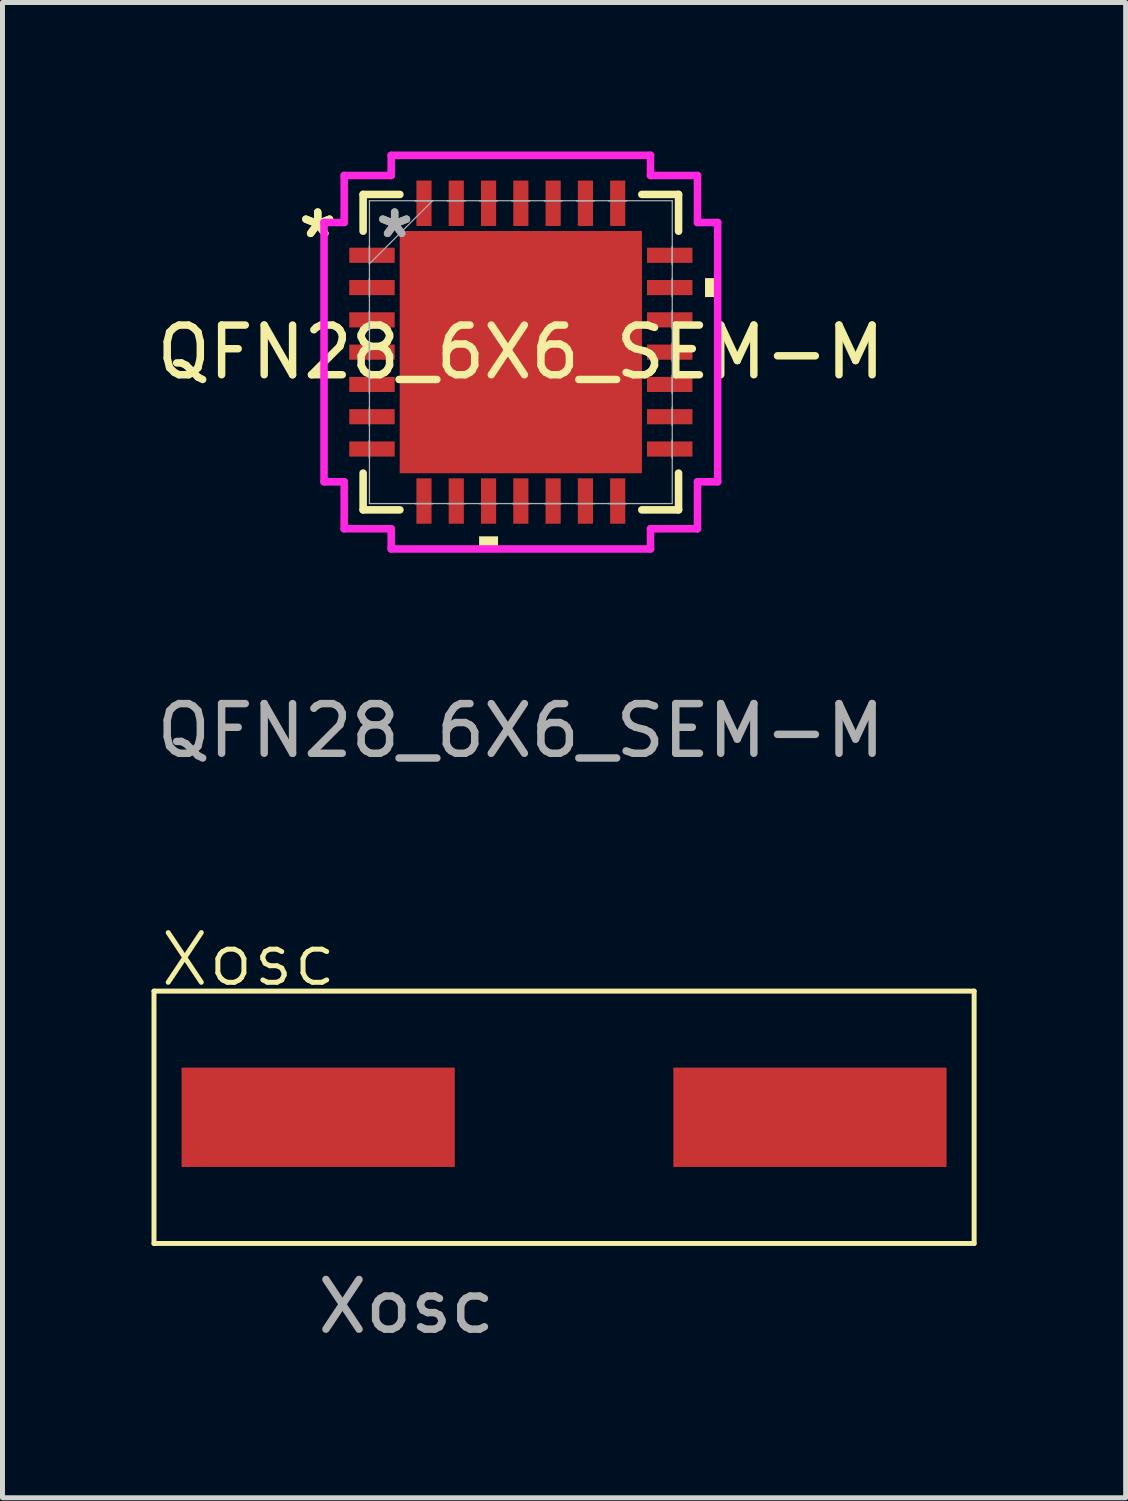
<source format=kicad_pcb>
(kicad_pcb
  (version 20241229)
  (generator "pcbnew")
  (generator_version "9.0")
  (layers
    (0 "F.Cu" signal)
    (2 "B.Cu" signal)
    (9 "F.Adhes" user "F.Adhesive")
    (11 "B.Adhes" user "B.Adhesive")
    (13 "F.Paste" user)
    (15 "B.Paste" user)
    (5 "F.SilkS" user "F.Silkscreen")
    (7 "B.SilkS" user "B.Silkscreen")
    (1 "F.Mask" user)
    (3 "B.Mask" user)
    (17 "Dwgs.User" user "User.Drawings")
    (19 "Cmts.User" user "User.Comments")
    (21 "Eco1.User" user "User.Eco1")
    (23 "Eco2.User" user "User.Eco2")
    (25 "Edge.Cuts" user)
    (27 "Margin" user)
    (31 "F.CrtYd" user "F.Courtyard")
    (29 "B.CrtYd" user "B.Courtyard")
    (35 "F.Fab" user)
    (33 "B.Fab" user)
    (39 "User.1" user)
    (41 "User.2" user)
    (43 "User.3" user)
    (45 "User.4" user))
  (footprint "QFN28_6X6_SEM-M"
    (layer "F.Cu")
    (at 7.435 4.039)
    (property "Reference" "QFN28_6X6_SEM-M" (at 0 0 0) (unlocked yes) (layer "F.SilkS") (effects (font (size 1 1) (thickness 0.15))))
    (attr smd)
    (fp_line (start -3.175 -3.175) (end -3.175 -2.435) (stroke (width 0.152) (type solid)) (layer "F.SilkS"))
    (fp_line (start -3.175 2.435) (end -3.175 3.175) (stroke (width 0.152) (type solid)) (layer "F.SilkS"))
    (fp_line (start -3.175 3.175) (end -2.435 3.175) (stroke (width 0.152) (type solid)) (layer "F.SilkS"))
    (fp_line (start -2.435 -3.175) (end -3.175 -3.175) (stroke (width 0.152) (type solid)) (layer "F.SilkS"))
    (fp_line (start 2.435 3.175) (end 3.175 3.175) (stroke (width 0.152) (type solid)) (layer "F.SilkS"))
    (fp_line (start 3.175 -3.175) (end 2.435 -3.175) (stroke (width 0.152) (type solid)) (layer "F.SilkS"))
    (fp_line (start 3.175 -2.435) (end 3.175 -3.175) (stroke (width 0.152) (type solid)) (layer "F.SilkS"))
    (fp_line (start 3.175 3.175) (end 3.175 2.435) (stroke (width 0.152) (type solid)) (layer "F.SilkS"))
    (fp_poly (pts (xy -0.84 3.708) (xy -0.84 3.962) (xy -0.459 3.962) (xy -0.459 3.708)) (stroke (width 0) (type solid)) (fill yes) (layer "F.SilkS"))
    (fp_poly (pts (xy 3.962 -1.49) (xy 3.962 -1.109) (xy 3.708 -1.109) (xy 3.708 -1.49)) (stroke (width 0) (type solid)) (fill yes) (layer "F.SilkS"))
    (fp_poly (pts (xy -2.338 -2.338) (xy -2.338 -0.913) (xy -0.913 -0.913) (xy -0.913 -2.338)) (stroke (width 0) (type solid)) (fill yes) (layer "F.Paste"))
    (fp_poly (pts (xy -2.338 -0.713) (xy -2.338 0.713) (xy -0.913 0.713) (xy -0.913 -0.713)) (stroke (width 0) (type solid)) (fill yes) (layer "F.Paste"))
    (fp_poly (pts (xy -2.338 0.913) (xy -2.338 2.338) (xy -0.913 2.338) (xy -0.913 0.913)) (stroke (width 0) (type solid)) (fill yes) (layer "F.Paste"))
    (fp_poly (pts (xy -0.713 -2.338) (xy -0.713 -0.913) (xy 0.713 -0.913) (xy 0.713 -2.338)) (stroke (width 0) (type solid)) (fill yes) (layer "F.Paste"))
    (fp_poly (pts (xy -0.713 -0.713) (xy -0.713 0.713) (xy 0.713 0.713) (xy 0.713 -0.713)) (stroke (width 0) (type solid)) (fill yes) (layer "F.Paste"))
    (fp_poly (pts (xy -0.713 0.913) (xy -0.713 2.338) (xy 0.713 2.338) (xy 0.713 0.913)) (stroke (width 0) (type solid)) (fill yes) (layer "F.Paste"))
    (fp_poly (pts (xy 0.913 -2.338) (xy 0.913 -0.913) (xy 2.338 -0.913) (xy 2.338 -2.338)) (stroke (width 0) (type solid)) (fill yes) (layer "F.Paste"))
    (fp_poly (pts (xy 0.913 -0.713) (xy 0.913 0.713) (xy 2.338 0.713) (xy 2.338 -0.713)) (stroke (width 0) (type solid)) (fill yes) (layer "F.Paste"))
    (fp_poly (pts (xy 0.913 0.913) (xy 0.913 2.338) (xy 2.338 2.338) (xy 2.338 0.913)) (stroke (width 0) (type solid)) (fill yes) (layer "F.Paste"))
    (fp_line (start -3.962 -2.61) (end -3.556 -2.61) (stroke (width 0.152) (type solid)) (layer "F.CrtYd"))
    (fp_line (start -3.962 2.61) (end -3.962 -2.61) (stroke (width 0.152) (type solid)) (layer "F.CrtYd"))
    (fp_line (start -3.556 -3.556) (end -2.61 -3.556) (stroke (width 0.152) (type solid)) (layer "F.CrtYd"))
    (fp_line (start -3.556 -2.61) (end -3.556 -3.556) (stroke (width 0.152) (type solid)) (layer "F.CrtYd"))
    (fp_line (start -3.556 2.61) (end -3.962 2.61) (stroke (width 0.152) (type solid)) (layer "F.CrtYd"))
    (fp_line (start -3.556 3.556) (end -3.556 2.61) (stroke (width 0.152) (type solid)) (layer "F.CrtYd"))
    (fp_line (start -2.61 -3.962) (end 2.61 -3.962) (stroke (width 0.152) (type solid)) (layer "F.CrtYd"))
    (fp_line (start -2.61 -3.556) (end -2.61 -3.962) (stroke (width 0.152) (type solid)) (layer "F.CrtYd"))
    (fp_line (start -2.61 3.556) (end -3.556 3.556) (stroke (width 0.152) (type solid)) (layer "F.CrtYd"))
    (fp_line (start -2.61 3.962) (end -2.61 3.556) (stroke (width 0.152) (type solid)) (layer "F.CrtYd"))
    (fp_line (start 2.61 -3.962) (end 2.61 -3.556) (stroke (width 0.152) (type solid)) (layer "F.CrtYd"))
    (fp_line (start 2.61 -3.556) (end 3.556 -3.556) (stroke (width 0.152) (type solid)) (layer "F.CrtYd"))
    (fp_line (start 2.61 3.556) (end 2.61 3.962) (stroke (width 0.152) (type solid)) (layer "F.CrtYd"))
    (fp_line (start 2.61 3.962) (end -2.61 3.962) (stroke (width 0.152) (type solid)) (layer "F.CrtYd"))
    (fp_line (start 3.556 -3.556) (end 3.556 -2.61) (stroke (width 0.152) (type solid)) (layer "F.CrtYd"))
    (fp_line (start 3.556 -2.61) (end 3.962 -2.61) (stroke (width 0.152) (type solid)) (layer "F.CrtYd"))
    (fp_line (start 3.556 2.61) (end 3.556 3.556) (stroke (width 0.152) (type solid)) (layer "F.CrtYd"))
    (fp_line (start 3.556 3.556) (end 2.61 3.556) (stroke (width 0.152) (type solid)) (layer "F.CrtYd"))
    (fp_line (start 3.962 -2.61) (end 3.962 2.61) (stroke (width 0.152) (type solid)) (layer "F.CrtYd"))
    (fp_line (start 3.962 2.61) (end 3.556 2.61) (stroke (width 0.152) (type solid)) (layer "F.CrtYd"))
    (fp_line (start -3.048 -3.048) (end -3.048 -3.048) (stroke (width 0.025) (type solid)) (layer "F.Fab"))
    (fp_line (start -3.048 -3.048) (end -3.048 3.048) (stroke (width 0.025) (type solid)) (layer "F.Fab"))
    (fp_line (start -3.048 -2.128) (end -3.048 -2.128) (stroke (width 0.025) (type solid)) (layer "F.Fab"))
    (fp_line (start -3.048 -2.128) (end -3.048 -1.772) (stroke (width 0.025) (type solid)) (layer "F.Fab"))
    (fp_line (start -3.048 -1.778) (end -1.778 -3.048) (stroke (width 0.025) (type solid)) (layer "F.Fab"))
    (fp_line (start -3.048 -1.772) (end -3.048 -2.128) (stroke (width 0.025) (type solid)) (layer "F.Fab"))
    (fp_line (start -3.048 -1.772) (end -3.048 -1.772) (stroke (width 0.025) (type solid)) (layer "F.Fab"))
    (fp_line (start -3.048 -1.478) (end -3.048 -1.478) (stroke (width 0.025) (type solid)) (layer "F.Fab"))
    (fp_line (start -3.048 -1.478) (end -3.048 -1.122) (stroke (width 0.025) (type solid)) (layer "F.Fab"))
    (fp_line (start -3.048 -1.122) (end -3.048 -1.478) (stroke (width 0.025) (type solid)) (layer "F.Fab"))
    (fp_line (start -3.048 -1.122) (end -3.048 -1.122) (stroke (width 0.025) (type solid)) (layer "F.Fab"))
    (fp_line (start -3.048 -0.828) (end -3.048 -0.828) (stroke (width 0.025) (type solid)) (layer "F.Fab"))
    (fp_line (start -3.048 -0.828) (end -3.048 -0.472) (stroke (width 0.025) (type solid)) (layer "F.Fab"))
    (fp_line (start -3.048 -0.472) (end -3.048 -0.828) (stroke (width 0.025) (type solid)) (layer "F.Fab"))
    (fp_line (start -3.048 -0.472) (end -3.048 -0.472) (stroke (width 0.025) (type solid)) (layer "F.Fab"))
    (fp_line (start -3.048 -0.178) (end -3.048 -0.178) (stroke (width 0.025) (type solid)) (layer "F.Fab"))
    (fp_line (start -3.048 -0.178) (end -3.048 0.178) (stroke (width 0.025) (type solid)) (layer "F.Fab"))
    (fp_line (start -3.048 0.178) (end -3.048 -0.178) (stroke (width 0.025) (type solid)) (layer "F.Fab"))
    (fp_line (start -3.048 0.178) (end -3.048 0.178) (stroke (width 0.025) (type solid)) (layer "F.Fab"))
    (fp_line (start -3.048 0.472) (end -3.048 0.472) (stroke (width 0.025) (type solid)) (layer "F.Fab"))
    (fp_line (start -3.048 0.472) (end -3.048 0.828) (stroke (width 0.025) (type solid)) (layer "F.Fab"))
    (fp_line (start -3.048 0.828) (end -3.048 0.472) (stroke (width 0.025) (type solid)) (layer "F.Fab"))
    (fp_line (start -3.048 0.828) (end -3.048 0.828) (stroke (width 0.025) (type solid)) (layer "F.Fab"))
    (fp_line (start -3.048 1.122) (end -3.048 1.122) (stroke (width 0.025) (type solid)) (layer "F.Fab"))
    (fp_line (start -3.048 1.122) (end -3.048 1.478) (stroke (width 0.025) (type solid)) (layer "F.Fab"))
    (fp_line (start -3.048 1.478) (end -3.048 1.122) (stroke (width 0.025) (type solid)) (layer "F.Fab"))
    (fp_line (start -3.048 1.478) (end -3.048 1.478) (stroke (width 0.025) (type solid)) (layer "F.Fab"))
    (fp_line (start -3.048 1.772) (end -3.048 1.772) (stroke (width 0.025) (type solid)) (layer "F.Fab"))
    (fp_line (start -3.048 1.772) (end -3.048 2.128) (stroke (width 0.025) (type solid)) (layer "F.Fab"))
    (fp_line (start -3.048 2.128) (end -3.048 1.772) (stroke (width 0.025) (type solid)) (layer "F.Fab"))
    (fp_line (start -3.048 2.128) (end -3.048 2.128) (stroke (width 0.025) (type solid)) (layer "F.Fab"))
    (fp_line (start -3.048 3.048) (end -3.048 3.048) (stroke (width 0.025) (type solid)) (layer "F.Fab"))
    (fp_line (start -3.048 3.048) (end 3.048 3.048) (stroke (width 0.025) (type solid)) (layer "F.Fab"))
    (fp_line (start -2.128 -3.048) (end -2.128 -3.048) (stroke (width 0.025) (type solid)) (layer "F.Fab"))
    (fp_line (start -2.128 -3.048) (end -1.772 -3.048) (stroke (width 0.025) (type solid)) (layer "F.Fab"))
    (fp_line (start -2.128 3.048) (end -2.128 3.048) (stroke (width 0.025) (type solid)) (layer "F.Fab"))
    (fp_line (start -2.128 3.048) (end -1.772 3.048) (stroke (width 0.025) (type solid)) (layer "F.Fab"))
    (fp_line (start -1.772 -3.048) (end -2.128 -3.048) (stroke (width 0.025) (type solid)) (layer "F.Fab"))
    (fp_line (start -1.772 -3.048) (end -1.772 -3.048) (stroke (width 0.025) (type solid)) (layer "F.Fab"))
    (fp_line (start -1.772 3.048) (end -2.128 3.048) (stroke (width 0.025) (type solid)) (layer "F.Fab"))
    (fp_line (start -1.772 3.048) (end -1.772 3.048) (stroke (width 0.025) (type solid)) (layer "F.Fab"))
    (fp_line (start -1.478 -3.048) (end -1.478 -3.048) (stroke (width 0.025) (type solid)) (layer "F.Fab"))
    (fp_line (start -1.478 -3.048) (end -1.122 -3.048) (stroke (width 0.025) (type solid)) (layer "F.Fab"))
    (fp_line (start -1.478 3.048) (end -1.478 3.048) (stroke (width 0.025) (type solid)) (layer "F.Fab"))
    (fp_line (start -1.478 3.048) (end -1.122 3.048) (stroke (width 0.025) (type solid)) (layer "F.Fab"))
    (fp_line (start -1.122 -3.048) (end -1.478 -3.048) (stroke (width 0.025) (type solid)) (layer "F.Fab"))
    (fp_line (start -1.122 -3.048) (end -1.122 -3.048) (stroke (width 0.025) (type solid)) (layer "F.Fab"))
    (fp_line (start -1.122 3.048) (end -1.478 3.048) (stroke (width 0.025) (type solid)) (layer "F.Fab"))
    (fp_line (start -1.122 3.048) (end -1.122 3.048) (stroke (width 0.025) (type solid)) (layer "F.Fab"))
    (fp_line (start -0.828 -3.048) (end -0.828 -3.048) (stroke (width 0.025) (type solid)) (layer "F.Fab"))
    (fp_line (start -0.828 -3.048) (end -0.472 -3.048) (stroke (width 0.025) (type solid)) (layer "F.Fab"))
    (fp_line (start -0.828 3.048) (end -0.828 3.048) (stroke (width 0.025) (type solid)) (layer "F.Fab"))
    (fp_line (start -0.828 3.048) (end -0.472 3.048) (stroke (width 0.025) (type solid)) (layer "F.Fab"))
    (fp_line (start -0.472 -3.048) (end -0.828 -3.048) (stroke (width 0.025) (type solid)) (layer "F.Fab"))
    (fp_line (start -0.472 -3.048) (end -0.472 -3.048) (stroke (width 0.025) (type solid)) (layer "F.Fab"))
    (fp_line (start -0.472 3.048) (end -0.828 3.048) (stroke (width 0.025) (type solid)) (layer "F.Fab"))
    (fp_line (start -0.472 3.048) (end -0.472 3.048) (stroke (width 0.025) (type solid)) (layer "F.Fab"))
    (fp_line (start -0.178 -3.048) (end -0.178 -3.048) (stroke (width 0.025) (type solid)) (layer "F.Fab"))
    (fp_line (start -0.178 -3.048) (end 0.178 -3.048) (stroke (width 0.025) (type solid)) (layer "F.Fab"))
    (fp_line (start -0.178 3.048) (end -0.178 3.048) (stroke (width 0.025) (type solid)) (layer "F.Fab"))
    (fp_line (start -0.178 3.048) (end 0.178 3.048) (stroke (width 0.025) (type solid)) (layer "F.Fab"))
    (fp_line (start 0.178 -3.048) (end -0.178 -3.048) (stroke (width 0.025) (type solid)) (layer "F.Fab"))
    (fp_line (start 0.178 -3.048) (end 0.178 -3.048) (stroke (width 0.025) (type solid)) (layer "F.Fab"))
    (fp_line (start 0.178 3.048) (end -0.178 3.048) (stroke (width 0.025) (type solid)) (layer "F.Fab"))
    (fp_line (start 0.178 3.048) (end 0.178 3.048) (stroke (width 0.025) (type solid)) (layer "F.Fab"))
    (fp_line (start 0.472 -3.048) (end 0.472 -3.048) (stroke (width 0.025) (type solid)) (layer "F.Fab"))
    (fp_line (start 0.472 -3.048) (end 0.828 -3.048) (stroke (width 0.025) (type solid)) (layer "F.Fab"))
    (fp_line (start 0.472 3.048) (end 0.472 3.048) (stroke (width 0.025) (type solid)) (layer "F.Fab"))
    (fp_line (start 0.472 3.048) (end 0.828 3.048) (stroke (width 0.025) (type solid)) (layer "F.Fab"))
    (fp_line (start 0.828 -3.048) (end 0.472 -3.048) (stroke (width 0.025) (type solid)) (layer "F.Fab"))
    (fp_line (start 0.828 -3.048) (end 0.828 -3.048) (stroke (width 0.025) (type solid)) (layer "F.Fab"))
    (fp_line (start 0.828 3.048) (end 0.472 3.048) (stroke (width 0.025) (type solid)) (layer "F.Fab"))
    (fp_line (start 0.828 3.048) (end 0.828 3.048) (stroke (width 0.025) (type solid)) (layer "F.Fab"))
    (fp_line (start 1.122 -3.048) (end 1.122 -3.048) (stroke (width 0.025) (type solid)) (layer "F.Fab"))
    (fp_line (start 1.122 -3.048) (end 1.478 -3.048) (stroke (width 0.025) (type solid)) (layer "F.Fab"))
    (fp_line (start 1.122 3.048) (end 1.122 3.048) (stroke (width 0.025) (type solid)) (layer "F.Fab"))
    (fp_line (start 1.122 3.048) (end 1.478 3.048) (stroke (width 0.025) (type solid)) (layer "F.Fab"))
    (fp_line (start 1.478 -3.048) (end 1.122 -3.048) (stroke (width 0.025) (type solid)) (layer "F.Fab"))
    (fp_line (start 1.478 -3.048) (end 1.478 -3.048) (stroke (width 0.025) (type solid)) (layer "F.Fab"))
    (fp_line (start 1.478 3.048) (end 1.122 3.048) (stroke (width 0.025) (type solid)) (layer "F.Fab"))
    (fp_line (start 1.478 3.048) (end 1.478 3.048) (stroke (width 0.025) (type solid)) (layer "F.Fab"))
    (fp_line (start 1.772 -3.048) (end 1.772 -3.048) (stroke (width 0.025) (type solid)) (layer "F.Fab"))
    (fp_line (start 1.772 -3.048) (end 2.128 -3.048) (stroke (width 0.025) (type solid)) (layer "F.Fab"))
    (fp_line (start 1.772 3.048) (end 1.772 3.048) (stroke (width 0.025) (type solid)) (layer "F.Fab"))
    (fp_line (start 1.772 3.048) (end 2.128 3.048) (stroke (width 0.025) (type solid)) (layer "F.Fab"))
    (fp_line (start 2.128 -3.048) (end 1.772 -3.048) (stroke (width 0.025) (type solid)) (layer "F.Fab"))
    (fp_line (start 2.128 -3.048) (end 2.128 -3.048) (stroke (width 0.025) (type solid)) (layer "F.Fab"))
    (fp_line (start 2.128 3.048) (end 1.772 3.048) (stroke (width 0.025) (type solid)) (layer "F.Fab"))
    (fp_line (start 2.128 3.048) (end 2.128 3.048) (stroke (width 0.025) (type solid)) (layer "F.Fab"))
    (fp_line (start 3.048 -3.048) (end -3.048 -3.048) (stroke (width 0.025) (type solid)) (layer "F.Fab"))
    (fp_line (start 3.048 -3.048) (end 3.048 -3.048) (stroke (width 0.025) (type solid)) (layer "F.Fab"))
    (fp_line (start 3.048 -2.128) (end 3.048 -2.128) (stroke (width 0.025) (type solid)) (layer "F.Fab"))
    (fp_line (start 3.048 -2.128) (end 3.048 -1.772) (stroke (width 0.025) (type solid)) (layer "F.Fab"))
    (fp_line (start 3.048 -1.772) (end 3.048 -2.128) (stroke (width 0.025) (type solid)) (layer "F.Fab"))
    (fp_line (start 3.048 -1.772) (end 3.048 -1.772) (stroke (width 0.025) (type solid)) (layer "F.Fab"))
    (fp_line (start 3.048 -1.478) (end 3.048 -1.478) (stroke (width 0.025) (type solid)) (layer "F.Fab"))
    (fp_line (start 3.048 -1.478) (end 3.048 -1.122) (stroke (width 0.025) (type solid)) (layer "F.Fab"))
    (fp_line (start 3.048 -1.122) (end 3.048 -1.478) (stroke (width 0.025) (type solid)) (layer "F.Fab"))
    (fp_line (start 3.048 -1.122) (end 3.048 -1.122) (stroke (width 0.025) (type solid)) (layer "F.Fab"))
    (fp_line (start 3.048 -0.828) (end 3.048 -0.828) (stroke (width 0.025) (type solid)) (layer "F.Fab"))
    (fp_line (start 3.048 -0.828) (end 3.048 -0.472) (stroke (width 0.025) (type solid)) (layer "F.Fab"))
    (fp_line (start 3.048 -0.472) (end 3.048 -0.828) (stroke (width 0.025) (type solid)) (layer "F.Fab"))
    (fp_line (start 3.048 -0.472) (end 3.048 -0.472) (stroke (width 0.025) (type solid)) (layer "F.Fab"))
    (fp_line (start 3.048 -0.178) (end 3.048 -0.178) (stroke (width 0.025) (type solid)) (layer "F.Fab"))
    (fp_line (start 3.048 -0.178) (end 3.048 0.178) (stroke (width 0.025) (type solid)) (layer "F.Fab"))
    (fp_line (start 3.048 0.178) (end 3.048 -0.178) (stroke (width 0.025) (type solid)) (layer "F.Fab"))
    (fp_line (start 3.048 0.178) (end 3.048 0.178) (stroke (width 0.025) (type solid)) (layer "F.Fab"))
    (fp_line (start 3.048 0.472) (end 3.048 0.472) (stroke (width 0.025) (type solid)) (layer "F.Fab"))
    (fp_line (start 3.048 0.472) (end 3.048 0.828) (stroke (width 0.025) (type solid)) (layer "F.Fab"))
    (fp_line (start 3.048 0.828) (end 3.048 0.472) (stroke (width 0.025) (type solid)) (layer "F.Fab"))
    (fp_line (start 3.048 0.828) (end 3.048 0.828) (stroke (width 0.025) (type solid)) (layer "F.Fab"))
    (fp_line (start 3.048 1.122) (end 3.048 1.122) (stroke (width 0.025) (type solid)) (layer "F.Fab"))
    (fp_line (start 3.048 1.122) (end 3.048 1.478) (stroke (width 0.025) (type solid)) (layer "F.Fab"))
    (fp_line (start 3.048 1.478) (end 3.048 1.122) (stroke (width 0.025) (type solid)) (layer "F.Fab"))
    (fp_line (start 3.048 1.478) (end 3.048 1.478) (stroke (width 0.025) (type solid)) (layer "F.Fab"))
    (fp_line (start 3.048 1.772) (end 3.048 1.772) (stroke (width 0.025) (type solid)) (layer "F.Fab"))
    (fp_line (start 3.048 1.772) (end 3.048 2.128) (stroke (width 0.025) (type solid)) (layer "F.Fab"))
    (fp_line (start 3.048 2.128) (end 3.048 1.772) (stroke (width 0.025) (type solid)) (layer "F.Fab"))
    (fp_line (start 3.048 2.128) (end 3.048 2.128) (stroke (width 0.025) (type solid)) (layer "F.Fab"))
    (fp_line (start 3.048 3.048) (end 3.048 -3.048) (stroke (width 0.025) (type solid)) (layer "F.Fab"))
    (fp_line (start 3.048 3.048) (end 3.048 3.048) (stroke (width 0.025) (type solid)) (layer "F.Fab"))
    (fp_text user "*" (at -4.089 -2.275 0) (layer "F.SilkS") (effects (font (size 1 1) (thickness 0.15))))
    (fp_text user "*" (at -4.089 -2.275 0) (unlocked yes) (layer "F.SilkS") (effects (font (size 1 1) (thickness 0.15))))
    (fp_text user "*" (at -2.54 -2.275 0) (unlocked yes) (layer "F.Fab") (effects (font (size 1 1) (thickness 0.15))))
    (fp_text user "${REFERENCE}" (at 0 7.62 0) (unlocked yes) (layer "F.Fab") (effects (font (size 1 1) (thickness 0.15))))
    (fp_text user "*" (at -2.54 -2.275 0) (layer "F.Fab") (effects (font (size 1 1) (thickness 0.15))))
    (pad "1" smd rect (at -2.997 -1.95 90) (size 0.305 0.914) (layers "F.Cu" "F.Mask" "F.Paste"))
    (pad "2" smd rect (at -2.997 -1.3 90) (size 0.305 0.914) (layers "F.Cu" "F.Mask" "F.Paste"))
    (pad "3" smd rect (at -2.997 -0.65 90) (size 0.305 0.914) (layers "F.Cu" "F.Mask" "F.Paste"))
    (pad "4" smd rect (at -2.997 0 90) (size 0.305 0.914) (layers "F.Cu" "F.Mask" "F.Paste"))
    (pad "5" smd rect (at -2.997 0.65 90) (size 0.305 0.914) (layers "F.Cu" "F.Mask" "F.Paste"))
    (pad "6" smd rect (at -2.997 1.3 90) (size 0.305 0.914) (layers "F.Cu" "F.Mask" "F.Paste"))
    (pad "7" smd rect (at -2.997 1.95 90) (size 0.305 0.914) (layers "F.Cu" "F.Mask" "F.Paste"))
    (pad "8" smd rect (at -1.95 2.997) (size 0.305 0.914) (layers "F.Cu" "F.Mask" "F.Paste"))
    (pad "9" smd rect (at -1.3 2.997) (size 0.305 0.914) (layers "F.Cu" "F.Mask" "F.Paste"))
    (pad "10" smd rect (at -0.65 2.997) (size 0.305 0.914) (layers "F.Cu" "F.Mask" "F.Paste"))
    (pad "11" smd rect (at 0 2.997) (size 0.305 0.914) (layers "F.Cu" "F.Mask" "F.Paste"))
    (pad "12" smd rect (at 0.65 2.997) (size 0.305 0.914) (layers "F.Cu" "F.Mask" "F.Paste"))
    (pad "13" smd rect (at 1.3 2.997) (size 0.305 0.914) (layers "F.Cu" "F.Mask" "F.Paste"))
    (pad "14" smd rect (at 1.95 2.997) (size 0.305 0.914) (layers "F.Cu" "F.Mask" "F.Paste"))
    (pad "15" smd rect (at 2.997 1.95 90) (size 0.305 0.914) (layers "F.Cu" "F.Mask" "F.Paste"))
    (pad "16" smd rect (at 2.997 1.3 90) (size 0.305 0.914) (layers "F.Cu" "F.Mask" "F.Paste"))
    (pad "17" smd rect (at 2.997 0.65 90) (size 0.305 0.914) (layers "F.Cu" "F.Mask" "F.Paste"))
    (pad "18" smd rect (at 2.997 0 90) (size 0.305 0.914) (layers "F.Cu" "F.Mask" "F.Paste"))
    (pad "19" smd rect (at 2.997 -0.65 90) (size 0.305 0.914) (layers "F.Cu" "F.Mask" "F.Paste"))
    (pad "20" smd rect (at 2.997 -1.3 90) (size 0.305 0.914) (layers "F.Cu" "F.Mask" "F.Paste"))
    (pad "21" smd rect (at 2.997 -1.95 90) (size 0.305 0.914) (layers "F.Cu" "F.Mask" "F.Paste"))
    (pad "22" smd rect (at 1.95 -2.997) (size 0.305 0.914) (layers "F.Cu" "F.Mask" "F.Paste"))
    (pad "23" smd rect (at 1.3 -2.997) (size 0.305 0.914) (layers "F.Cu" "F.Mask" "F.Paste"))
    (pad "24" smd rect (at 0.65 -2.997) (size 0.305 0.914) (layers "F.Cu" "F.Mask" "F.Paste"))
    (pad "25" smd rect (at 0 -2.997) (size 0.305 0.914) (layers "F.Cu" "F.Mask" "F.Paste"))
    (pad "26" smd rect (at -0.65 -2.997) (size 0.305 0.914) (layers "F.Cu" "F.Mask" "F.Paste"))
    (pad "27" smd rect (at -1.3 -2.997) (size 0.305 0.914) (layers "F.Cu" "F.Mask" "F.Paste"))
    (pad "28" smd rect (at -1.95 -2.997) (size 0.305 0.914) (layers "F.Cu" "F.Mask" "F.Paste"))
    (pad "29" smd rect (at 0 0) (size 4.877 4.877) (layers "F.Cu" "F.Mask")))
  (footprint "Xosc"
    (layer "F.Cu")
    (at 8.305 19.442)
    (property "Reference" "Xosc" (at -6.35 -3.175 0) (unlocked yes) (layer "F.SilkS") (effects (font (size 1 1) (thickness 0.1))))
    (attr smd)
    (fp_line (start -8.255 -2.54) (end -8.255 2.54) (stroke (width 0.1) (type default)) (layer "F.SilkS"))
    (fp_line (start -8.255 2.54) (end 8.255 2.54) (stroke (width 0.1) (type default)) (layer "F.SilkS"))
    (fp_line (start 8.255 -2.54) (end -8.255 -2.54) (stroke (width 0.1) (type default)) (layer "F.SilkS"))
    (fp_line (start 8.255 2.54) (end 8.255 -2.54) (stroke (width 0.1) (type default)) (layer "F.SilkS"))
    (fp_text user "${REFERENCE}" (at -3.175 3.81 0) (unlocked yes) (layer "F.Fab") (effects (font (size 1 1) (thickness 0.15))))
    (pad "1" smd rect (at 4.95 0) (size 5.5 2) (layers "F.Cu" "F.Mask" "F.Paste"))
    (pad "2" smd rect (at -4.95 0) (size 5.5 2) (layers "F.Cu" "F.Mask" "F.Paste")))
  (gr_rect
    (start -3 -3)
    (end 19.61 27.101)
    (stroke (width 0.1) (type default))
    (fill no)
    (layer "Edge.Cuts")))
</source>
